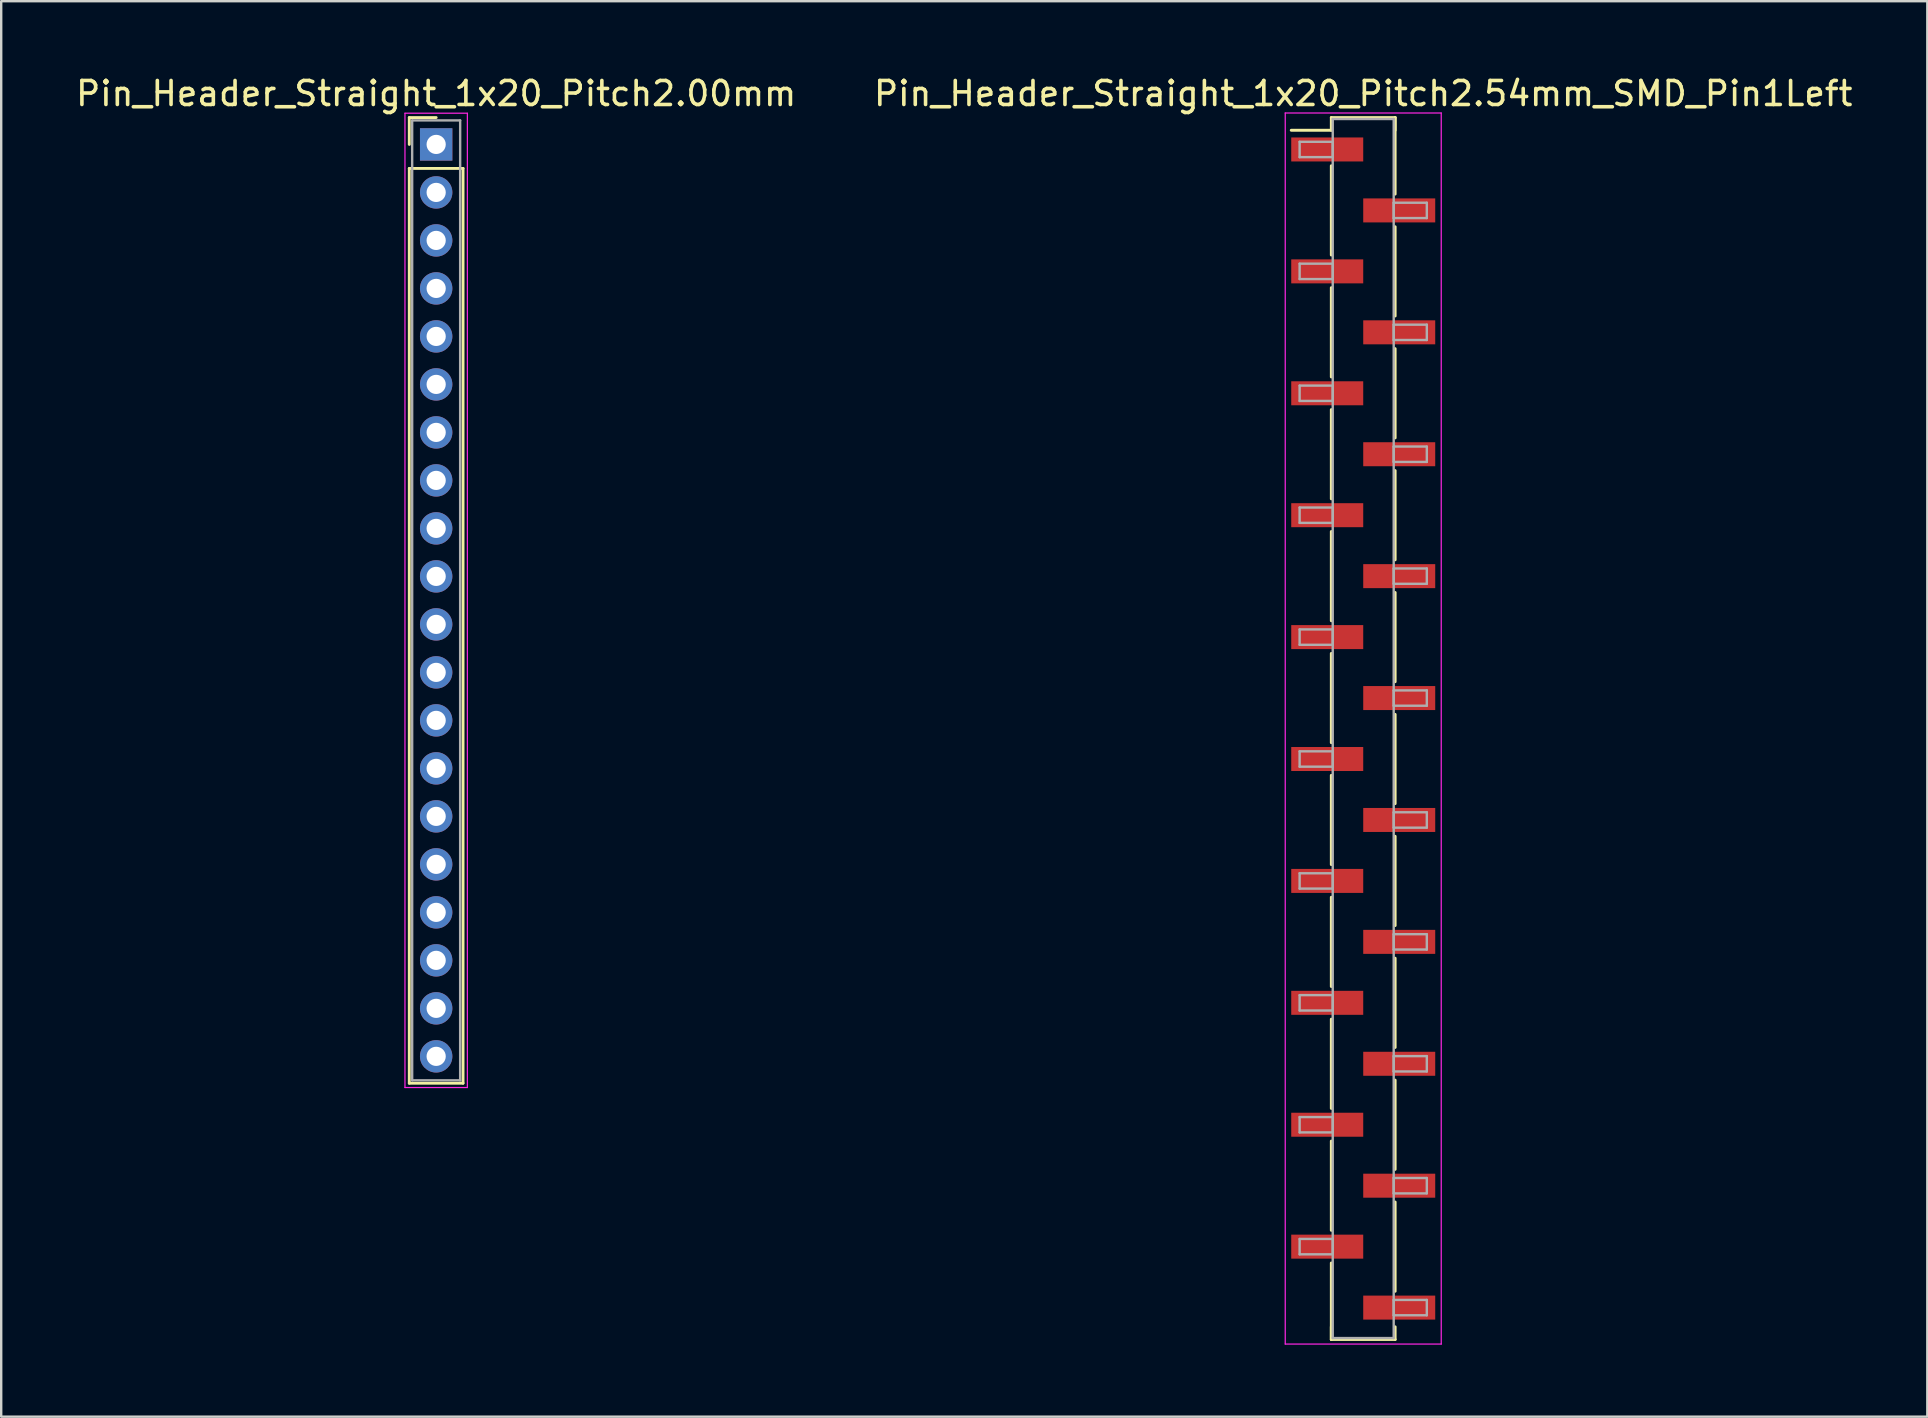
<source format=kicad_pcb>
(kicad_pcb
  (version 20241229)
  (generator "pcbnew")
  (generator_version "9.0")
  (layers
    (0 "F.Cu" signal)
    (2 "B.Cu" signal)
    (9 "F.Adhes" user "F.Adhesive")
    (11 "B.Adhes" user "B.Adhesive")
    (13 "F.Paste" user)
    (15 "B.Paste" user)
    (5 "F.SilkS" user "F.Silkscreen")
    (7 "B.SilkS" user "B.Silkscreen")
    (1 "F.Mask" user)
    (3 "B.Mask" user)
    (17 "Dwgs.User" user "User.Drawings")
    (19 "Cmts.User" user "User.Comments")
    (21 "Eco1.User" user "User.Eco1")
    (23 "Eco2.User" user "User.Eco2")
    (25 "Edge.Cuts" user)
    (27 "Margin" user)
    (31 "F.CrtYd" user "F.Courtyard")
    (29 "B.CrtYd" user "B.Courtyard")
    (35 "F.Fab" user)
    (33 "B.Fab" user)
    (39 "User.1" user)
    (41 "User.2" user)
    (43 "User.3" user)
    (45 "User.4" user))
  (footprint "Pin_Header_Straight_1x20_Pitch2.00mm"
    (layer "F.Cu")
    (at 15.125 2.968)
    (property "Reference" "Pin_Header_Straight_1x20_Pitch2.00mm" (at 0 -2.12 0) (layer "F.SilkS") (effects (font (size 1 1) (thickness 0.15))))
    (attr through_hole)
    (fp_line (start -1.12 -1.12) (end 0 -1.12) (stroke (width 0.12) (type solid)) (layer "F.SilkS"))
    (fp_line (start -1.12 0) (end -1.12 -1.12) (stroke (width 0.12) (type solid)) (layer "F.SilkS"))
    (fp_line (start -1.12 1) (end -1.12 39.12) (stroke (width 0.12) (type solid)) (layer "F.SilkS"))
    (fp_line (start -1.12 39.12) (end 1.12 39.12) (stroke (width 0.12) (type solid)) (layer "F.SilkS"))
    (fp_line (start 1.12 1) (end -1.12 1) (stroke (width 0.12) (type solid)) (layer "F.SilkS"))
    (fp_line (start 1.12 39.12) (end 1.12 1) (stroke (width 0.12) (type solid)) (layer "F.SilkS"))
    (fp_line (start -1.3 -1.3) (end -1.3 39.3) (stroke (width 0.05) (type solid)) (layer "F.CrtYd"))
    (fp_line (start -1.3 39.3) (end 1.3 39.3) (stroke (width 0.05) (type solid)) (layer "F.CrtYd"))
    (fp_line (start 1.3 -1.3) (end -1.3 -1.3) (stroke (width 0.05) (type solid)) (layer "F.CrtYd"))
    (fp_line (start 1.3 39.3) (end 1.3 -1.3) (stroke (width 0.05) (type solid)) (layer "F.CrtYd"))
    (fp_line (start -1 -1) (end -1 39) (stroke (width 0.1) (type solid)) (layer "F.Fab"))
    (fp_line (start -1 39) (end 1 39) (stroke (width 0.1) (type solid)) (layer "F.Fab"))
    (fp_line (start 1 -1) (end -1 -1) (stroke (width 0.1) (type solid)) (layer "F.Fab"))
    (fp_line (start 1 39) (end 1 -1) (stroke (width 0.1) (type solid)) (layer "F.Fab"))
    (pad "1" thru_hole rect (at 0 0) (size 1.35 1.35) (drill 0.8) (layers "*.Cu" "*.Mask"))
    (pad "2" thru_hole oval (at 0 2) (size 1.35 1.35) (drill 0.8) (layers "*.Cu" "*.Mask"))
    (pad "3" thru_hole oval (at 0 4) (size 1.35 1.35) (drill 0.8) (layers "*.Cu" "*.Mask"))
    (pad "4" thru_hole oval (at 0 6) (size 1.35 1.35) (drill 0.8) (layers "*.Cu" "*.Mask"))
    (pad "5" thru_hole oval (at 0 8) (size 1.35 1.35) (drill 0.8) (layers "*.Cu" "*.Mask"))
    (pad "6" thru_hole oval (at 0 10) (size 1.35 1.35) (drill 0.8) (layers "*.Cu" "*.Mask"))
    (pad "7" thru_hole oval (at 0 12) (size 1.35 1.35) (drill 0.8) (layers "*.Cu" "*.Mask"))
    (pad "8" thru_hole oval (at 0 14) (size 1.35 1.35) (drill 0.8) (layers "*.Cu" "*.Mask"))
    (pad "9" thru_hole oval (at 0 16) (size 1.35 1.35) (drill 0.8) (layers "*.Cu" "*.Mask"))
    (pad "10" thru_hole oval (at 0 18) (size 1.35 1.35) (drill 0.8) (layers "*.Cu" "*.Mask"))
    (pad "11" thru_hole oval (at 0 20) (size 1.35 1.35) (drill 0.8) (layers "*.Cu" "*.Mask"))
    (pad "12" thru_hole oval (at 0 22) (size 1.35 1.35) (drill 0.8) (layers "*.Cu" "*.Mask"))
    (pad "13" thru_hole oval (at 0 24) (size 1.35 1.35) (drill 0.8) (layers "*.Cu" "*.Mask"))
    (pad "14" thru_hole oval (at 0 26) (size 1.35 1.35) (drill 0.8) (layers "*.Cu" "*.Mask"))
    (pad "15" thru_hole oval (at 0 28) (size 1.35 1.35) (drill 0.8) (layers "*.Cu" "*.Mask"))
    (pad "16" thru_hole oval (at 0 30) (size 1.35 1.35) (drill 0.8) (layers "*.Cu" "*.Mask"))
    (pad "17" thru_hole oval (at 0 32) (size 1.35 1.35) (drill 0.8) (layers "*.Cu" "*.Mask"))
    (pad "18" thru_hole oval (at 0 34) (size 1.35 1.35) (drill 0.8) (layers "*.Cu" "*.Mask"))
    (pad "19" thru_hole oval (at 0 36) (size 1.35 1.35) (drill 0.8) (layers "*.Cu" "*.Mask"))
    (pad "20" thru_hole oval (at 0 38) (size 1.35 1.35) (drill 0.8) (layers "*.Cu" "*.Mask")))
  (footprint "Pin_Header_Straight_1x20_Pitch2.54mm_SMD_Pin1Left"
    (layer "F.Cu")
    (at 53.756 27.308)
    (property "Reference" "Pin_Header_Straight_1x20_Pitch2.54mm_SMD_Pin1Left" (at 0 -26.46 0) (layer "F.SilkS") (effects (font (size 1 1) (thickness 0.15))))
    (attr smd)
    (fp_line (start -1.33 -25.46) (end 1.33 -25.46) (stroke (width 0.12) (type solid)) (layer "F.SilkS"))
    (fp_line (start -1.33 -24.93) (end -3 -24.93) (stroke (width 0.12) (type solid)) (layer "F.SilkS"))
    (fp_line (start -1.33 -24.93) (end -1.33 -25.46) (stroke (width 0.12) (type solid)) (layer "F.SilkS"))
    (fp_line (start -1.33 -23.45) (end -1.33 -19.73) (stroke (width 0.12) (type solid)) (layer "F.SilkS"))
    (fp_line (start -1.33 -18.37) (end -1.33 -14.65) (stroke (width 0.12) (type solid)) (layer "F.SilkS"))
    (fp_line (start -1.33 -13.29) (end -1.33 -9.57) (stroke (width 0.12) (type solid)) (layer "F.SilkS"))
    (fp_line (start -1.33 -8.21) (end -1.33 -4.49) (stroke (width 0.12) (type solid)) (layer "F.SilkS"))
    (fp_line (start -1.33 -3.13) (end -1.33 0.59) (stroke (width 0.12) (type solid)) (layer "F.SilkS"))
    (fp_line (start -1.33 1.95) (end -1.33 5.67) (stroke (width 0.12) (type solid)) (layer "F.SilkS"))
    (fp_line (start -1.33 7.03) (end -1.33 10.75) (stroke (width 0.12) (type solid)) (layer "F.SilkS"))
    (fp_line (start -1.33 12.11) (end -1.33 15.83) (stroke (width 0.12) (type solid)) (layer "F.SilkS"))
    (fp_line (start -1.33 17.19) (end -1.33 20.91) (stroke (width 0.12) (type solid)) (layer "F.SilkS"))
    (fp_line (start -1.33 22.27) (end -1.33 25.46) (stroke (width 0.12) (type solid)) (layer "F.SilkS"))
    (fp_line (start -1.33 24.93) (end -1.33 25.46) (stroke (width 0.12) (type solid)) (layer "F.SilkS"))
    (fp_line (start -1.33 25.46) (end 1.33 25.46) (stroke (width 0.12) (type solid)) (layer "F.SilkS"))
    (fp_line (start 1.33 -25.46) (end 1.33 -24.93) (stroke (width 0.12) (type solid)) (layer "F.SilkS"))
    (fp_line (start 1.33 -25.46) (end 1.33 -22.27) (stroke (width 0.12) (type solid)) (layer "F.SilkS"))
    (fp_line (start 1.33 -20.91) (end 1.33 -17.19) (stroke (width 0.12) (type solid)) (layer "F.SilkS"))
    (fp_line (start 1.33 -15.83) (end 1.33 -12.11) (stroke (width 0.12) (type solid)) (layer "F.SilkS"))
    (fp_line (start 1.33 -10.75) (end 1.33 -7.03) (stroke (width 0.12) (type solid)) (layer "F.SilkS"))
    (fp_line (start 1.33 -5.67) (end 1.33 -1.95) (stroke (width 0.12) (type solid)) (layer "F.SilkS"))
    (fp_line (start 1.33 -0.59) (end 1.33 3.13) (stroke (width 0.12) (type solid)) (layer "F.SilkS"))
    (fp_line (start 1.33 4.49) (end 1.33 8.21) (stroke (width 0.12) (type solid)) (layer "F.SilkS"))
    (fp_line (start 1.33 9.57) (end 1.33 13.29) (stroke (width 0.12) (type solid)) (layer "F.SilkS"))
    (fp_line (start 1.33 14.65) (end 1.33 18.37) (stroke (width 0.12) (type solid)) (layer "F.SilkS"))
    (fp_line (start 1.33 19.73) (end 1.33 23.45) (stroke (width 0.12) (type solid)) (layer "F.SilkS"))
    (fp_line (start 1.33 25.46) (end 1.33 24.93) (stroke (width 0.12) (type solid)) (layer "F.SilkS"))
    (fp_line (start -3.25 -25.65) (end -3.25 25.65) (stroke (width 0.05) (type solid)) (layer "F.CrtYd"))
    (fp_line (start -3.25 25.65) (end 3.25 25.65) (stroke (width 0.05) (type solid)) (layer "F.CrtYd"))
    (fp_line (start 3.25 -25.65) (end -3.25 -25.65) (stroke (width 0.05) (type solid)) (layer "F.CrtYd"))
    (fp_line (start 3.25 25.65) (end 3.25 -25.65) (stroke (width 0.05) (type solid)) (layer "F.CrtYd"))
    (fp_line (start -2.65 -24.45) (end -1.27 -24.45) (stroke (width 0.1) (type solid)) (layer "F.Fab"))
    (fp_line (start -2.65 -23.81) (end -2.65 -24.45) (stroke (width 0.1) (type solid)) (layer "F.Fab"))
    (fp_line (start -2.65 -19.37) (end -1.27 -19.37) (stroke (width 0.1) (type solid)) (layer "F.Fab"))
    (fp_line (start -2.65 -18.73) (end -2.65 -19.37) (stroke (width 0.1) (type solid)) (layer "F.Fab"))
    (fp_line (start -2.65 -14.29) (end -1.27 -14.29) (stroke (width 0.1) (type solid)) (layer "F.Fab"))
    (fp_line (start -2.65 -13.65) (end -2.65 -14.29) (stroke (width 0.1) (type solid)) (layer "F.Fab"))
    (fp_line (start -2.65 -9.21) (end -1.27 -9.21) (stroke (width 0.1) (type solid)) (layer "F.Fab"))
    (fp_line (start -2.65 -8.57) (end -2.65 -9.21) (stroke (width 0.1) (type solid)) (layer "F.Fab"))
    (fp_line (start -2.65 -4.13) (end -1.27 -4.13) (stroke (width 0.1) (type solid)) (layer "F.Fab"))
    (fp_line (start -2.65 -3.49) (end -2.65 -4.13) (stroke (width 0.1) (type solid)) (layer "F.Fab"))
    (fp_line (start -2.65 0.95) (end -1.27 0.95) (stroke (width 0.1) (type solid)) (layer "F.Fab"))
    (fp_line (start -2.65 1.59) (end -2.65 0.95) (stroke (width 0.1) (type solid)) (layer "F.Fab"))
    (fp_line (start -2.65 6.03) (end -1.27 6.03) (stroke (width 0.1) (type solid)) (layer "F.Fab"))
    (fp_line (start -2.65 6.67) (end -2.65 6.03) (stroke (width 0.1) (type solid)) (layer "F.Fab"))
    (fp_line (start -2.65 11.11) (end -1.27 11.11) (stroke (width 0.1) (type solid)) (layer "F.Fab"))
    (fp_line (start -2.65 11.75) (end -2.65 11.11) (stroke (width 0.1) (type solid)) (layer "F.Fab"))
    (fp_line (start -2.65 16.19) (end -1.27 16.19) (stroke (width 0.1) (type solid)) (layer "F.Fab"))
    (fp_line (start -2.65 16.83) (end -2.65 16.19) (stroke (width 0.1) (type solid)) (layer "F.Fab"))
    (fp_line (start -2.65 21.27) (end -1.27 21.27) (stroke (width 0.1) (type solid)) (layer "F.Fab"))
    (fp_line (start -2.65 21.91) (end -2.65 21.27) (stroke (width 0.1) (type solid)) (layer "F.Fab"))
    (fp_line (start -1.27 -25.4) (end -1.27 25.4) (stroke (width 0.1) (type solid)) (layer "F.Fab"))
    (fp_line (start -1.27 -24.45) (end -1.27 -23.81) (stroke (width 0.1) (type solid)) (layer "F.Fab"))
    (fp_line (start -1.27 -23.81) (end -2.65 -23.81) (stroke (width 0.1) (type solid)) (layer "F.Fab"))
    (fp_line (start -1.27 -19.37) (end -1.27 -18.73) (stroke (width 0.1) (type solid)) (layer "F.Fab"))
    (fp_line (start -1.27 -18.73) (end -2.65 -18.73) (stroke (width 0.1) (type solid)) (layer "F.Fab"))
    (fp_line (start -1.27 -14.29) (end -1.27 -13.65) (stroke (width 0.1) (type solid)) (layer "F.Fab"))
    (fp_line (start -1.27 -13.65) (end -2.65 -13.65) (stroke (width 0.1) (type solid)) (layer "F.Fab"))
    (fp_line (start -1.27 -9.21) (end -1.27 -8.57) (stroke (width 0.1) (type solid)) (layer "F.Fab"))
    (fp_line (start -1.27 -8.57) (end -2.65 -8.57) (stroke (width 0.1) (type solid)) (layer "F.Fab"))
    (fp_line (start -1.27 -4.13) (end -1.27 -3.49) (stroke (width 0.1) (type solid)) (layer "F.Fab"))
    (fp_line (start -1.27 -3.49) (end -2.65 -3.49) (stroke (width 0.1) (type solid)) (layer "F.Fab"))
    (fp_line (start -1.27 0.95) (end -1.27 1.59) (stroke (width 0.1) (type solid)) (layer "F.Fab"))
    (fp_line (start -1.27 1.59) (end -2.65 1.59) (stroke (width 0.1) (type solid)) (layer "F.Fab"))
    (fp_line (start -1.27 6.03) (end -1.27 6.67) (stroke (width 0.1) (type solid)) (layer "F.Fab"))
    (fp_line (start -1.27 6.67) (end -2.65 6.67) (stroke (width 0.1) (type solid)) (layer "F.Fab"))
    (fp_line (start -1.27 11.11) (end -1.27 11.75) (stroke (width 0.1) (type solid)) (layer "F.Fab"))
    (fp_line (start -1.27 11.75) (end -2.65 11.75) (stroke (width 0.1) (type solid)) (layer "F.Fab"))
    (fp_line (start -1.27 16.19) (end -1.27 16.83) (stroke (width 0.1) (type solid)) (layer "F.Fab"))
    (fp_line (start -1.27 16.83) (end -2.65 16.83) (stroke (width 0.1) (type solid)) (layer "F.Fab"))
    (fp_line (start -1.27 21.27) (end -1.27 21.91) (stroke (width 0.1) (type solid)) (layer "F.Fab"))
    (fp_line (start -1.27 21.91) (end -2.65 21.91) (stroke (width 0.1) (type solid)) (layer "F.Fab"))
    (fp_line (start -1.27 25.4) (end 1.27 25.4) (stroke (width 0.1) (type solid)) (layer "F.Fab"))
    (fp_line (start 1.27 -25.4) (end -1.27 -25.4) (stroke (width 0.1) (type solid)) (layer "F.Fab"))
    (fp_line (start 1.27 -21.91) (end 1.27 -21.27) (stroke (width 0.1) (type solid)) (layer "F.Fab"))
    (fp_line (start 1.27 -21.27) (end 2.65 -21.27) (stroke (width 0.1) (type solid)) (layer "F.Fab"))
    (fp_line (start 1.27 -16.83) (end 1.27 -16.19) (stroke (width 0.1) (type solid)) (layer "F.Fab"))
    (fp_line (start 1.27 -16.19) (end 2.65 -16.19) (stroke (width 0.1) (type solid)) (layer "F.Fab"))
    (fp_line (start 1.27 -11.75) (end 1.27 -11.11) (stroke (width 0.1) (type solid)) (layer "F.Fab"))
    (fp_line (start 1.27 -11.11) (end 2.65 -11.11) (stroke (width 0.1) (type solid)) (layer "F.Fab"))
    (fp_line (start 1.27 -6.67) (end 1.27 -6.03) (stroke (width 0.1) (type solid)) (layer "F.Fab"))
    (fp_line (start 1.27 -6.03) (end 2.65 -6.03) (stroke (width 0.1) (type solid)) (layer "F.Fab"))
    (fp_line (start 1.27 -1.59) (end 1.27 -0.95) (stroke (width 0.1) (type solid)) (layer "F.Fab"))
    (fp_line (start 1.27 -0.95) (end 2.65 -0.95) (stroke (width 0.1) (type solid)) (layer "F.Fab"))
    (fp_line (start 1.27 3.49) (end 1.27 4.13) (stroke (width 0.1) (type solid)) (layer "F.Fab"))
    (fp_line (start 1.27 4.13) (end 2.65 4.13) (stroke (width 0.1) (type solid)) (layer "F.Fab"))
    (fp_line (start 1.27 8.57) (end 1.27 9.21) (stroke (width 0.1) (type solid)) (layer "F.Fab"))
    (fp_line (start 1.27 9.21) (end 2.65 9.21) (stroke (width 0.1) (type solid)) (layer "F.Fab"))
    (fp_line (start 1.27 13.65) (end 1.27 14.29) (stroke (width 0.1) (type solid)) (layer "F.Fab"))
    (fp_line (start 1.27 14.29) (end 2.65 14.29) (stroke (width 0.1) (type solid)) (layer "F.Fab"))
    (fp_line (start 1.27 18.73) (end 1.27 19.37) (stroke (width 0.1) (type solid)) (layer "F.Fab"))
    (fp_line (start 1.27 19.37) (end 2.65 19.37) (stroke (width 0.1) (type solid)) (layer "F.Fab"))
    (fp_line (start 1.27 23.81) (end 1.27 24.45) (stroke (width 0.1) (type solid)) (layer "F.Fab"))
    (fp_line (start 1.27 24.45) (end 2.65 24.45) (stroke (width 0.1) (type solid)) (layer "F.Fab"))
    (fp_line (start 1.27 25.4) (end 1.27 -25.4) (stroke (width 0.1) (type solid)) (layer "F.Fab"))
    (fp_line (start 2.65 -21.91) (end 1.27 -21.91) (stroke (width 0.1) (type solid)) (layer "F.Fab"))
    (fp_line (start 2.65 -21.27) (end 2.65 -21.91) (stroke (width 0.1) (type solid)) (layer "F.Fab"))
    (fp_line (start 2.65 -16.83) (end 1.27 -16.83) (stroke (width 0.1) (type solid)) (layer "F.Fab"))
    (fp_line (start 2.65 -16.19) (end 2.65 -16.83) (stroke (width 0.1) (type solid)) (layer "F.Fab"))
    (fp_line (start 2.65 -11.75) (end 1.27 -11.75) (stroke (width 0.1) (type solid)) (layer "F.Fab"))
    (fp_line (start 2.65 -11.11) (end 2.65 -11.75) (stroke (width 0.1) (type solid)) (layer "F.Fab"))
    (fp_line (start 2.65 -6.67) (end 1.27 -6.67) (stroke (width 0.1) (type solid)) (layer "F.Fab"))
    (fp_line (start 2.65 -6.03) (end 2.65 -6.67) (stroke (width 0.1) (type solid)) (layer "F.Fab"))
    (fp_line (start 2.65 -1.59) (end 1.27 -1.59) (stroke (width 0.1) (type solid)) (layer "F.Fab"))
    (fp_line (start 2.65 -0.95) (end 2.65 -1.59) (stroke (width 0.1) (type solid)) (layer "F.Fab"))
    (fp_line (start 2.65 3.49) (end 1.27 3.49) (stroke (width 0.1) (type solid)) (layer "F.Fab"))
    (fp_line (start 2.65 4.13) (end 2.65 3.49) (stroke (width 0.1) (type solid)) (layer "F.Fab"))
    (fp_line (start 2.65 8.57) (end 1.27 8.57) (stroke (width 0.1) (type solid)) (layer "F.Fab"))
    (fp_line (start 2.65 9.21) (end 2.65 8.57) (stroke (width 0.1) (type solid)) (layer "F.Fab"))
    (fp_line (start 2.65 13.65) (end 1.27 13.65) (stroke (width 0.1) (type solid)) (layer "F.Fab"))
    (fp_line (start 2.65 14.29) (end 2.65 13.65) (stroke (width 0.1) (type solid)) (layer "F.Fab"))
    (fp_line (start 2.65 18.73) (end 1.27 18.73) (stroke (width 0.1) (type solid)) (layer "F.Fab"))
    (fp_line (start 2.65 19.37) (end 2.65 18.73) (stroke (width 0.1) (type solid)) (layer "F.Fab"))
    (fp_line (start 2.65 23.81) (end 1.27 23.81) (stroke (width 0.1) (type solid)) (layer "F.Fab"))
    (fp_line (start 2.65 24.45) (end 2.65 23.81) (stroke (width 0.1) (type solid)) (layer "F.Fab"))
    (pad "1" smd rect (at -1.5 -24.13) (size 3 1) (layers "F.Cu" "F.Mask"))
    (pad "2" smd rect (at 1.5 -21.59) (size 3 1) (layers "F.Cu" "F.Mask"))
    (pad "3" smd rect (at -1.5 -19.05) (size 3 1) (layers "F.Cu" "F.Mask"))
    (pad "4" smd rect (at 1.5 -16.51) (size 3 1) (layers "F.Cu" "F.Mask"))
    (pad "5" smd rect (at -1.5 -13.97) (size 3 1) (layers "F.Cu" "F.Mask"))
    (pad "6" smd rect (at 1.5 -11.43) (size 3 1) (layers "F.Cu" "F.Mask"))
    (pad "7" smd rect (at -1.5 -8.89) (size 3 1) (layers "F.Cu" "F.Mask"))
    (pad "8" smd rect (at 1.5 -6.35) (size 3 1) (layers "F.Cu" "F.Mask"))
    (pad "9" smd rect (at -1.5 -3.81) (size 3 1) (layers "F.Cu" "F.Mask"))
    (pad "10" smd rect (at 1.5 -1.27) (size 3 1) (layers "F.Cu" "F.Mask"))
    (pad "11" smd rect (at -1.5 1.27) (size 3 1) (layers "F.Cu" "F.Mask"))
    (pad "12" smd rect (at 1.5 3.81) (size 3 1) (layers "F.Cu" "F.Mask"))
    (pad "13" smd rect (at -1.5 6.35) (size 3 1) (layers "F.Cu" "F.Mask"))
    (pad "14" smd rect (at 1.5 8.89) (size 3 1) (layers "F.Cu" "F.Mask"))
    (pad "15" smd rect (at -1.5 11.43) (size 3 1) (layers "F.Cu" "F.Mask"))
    (pad "16" smd rect (at 1.5 13.97) (size 3 1) (layers "F.Cu" "F.Mask"))
    (pad "17" smd rect (at -1.5 16.51) (size 3 1) (layers "F.Cu" "F.Mask"))
    (pad "18" smd rect (at 1.5 19.05) (size 3 1) (layers "F.Cu" "F.Mask"))
    (pad "19" smd rect (at -1.5 21.59) (size 3 1) (layers "F.Cu" "F.Mask"))
    (pad "20" smd rect (at 1.5 24.13) (size 3 1) (layers "F.Cu" "F.Mask")))
  (gr_rect
    (start -3 -3)
    (end 77.262 55.983)
    (stroke (width 0.1) (type default))
    (fill no)
    (layer "Edge.Cuts")))
</source>
